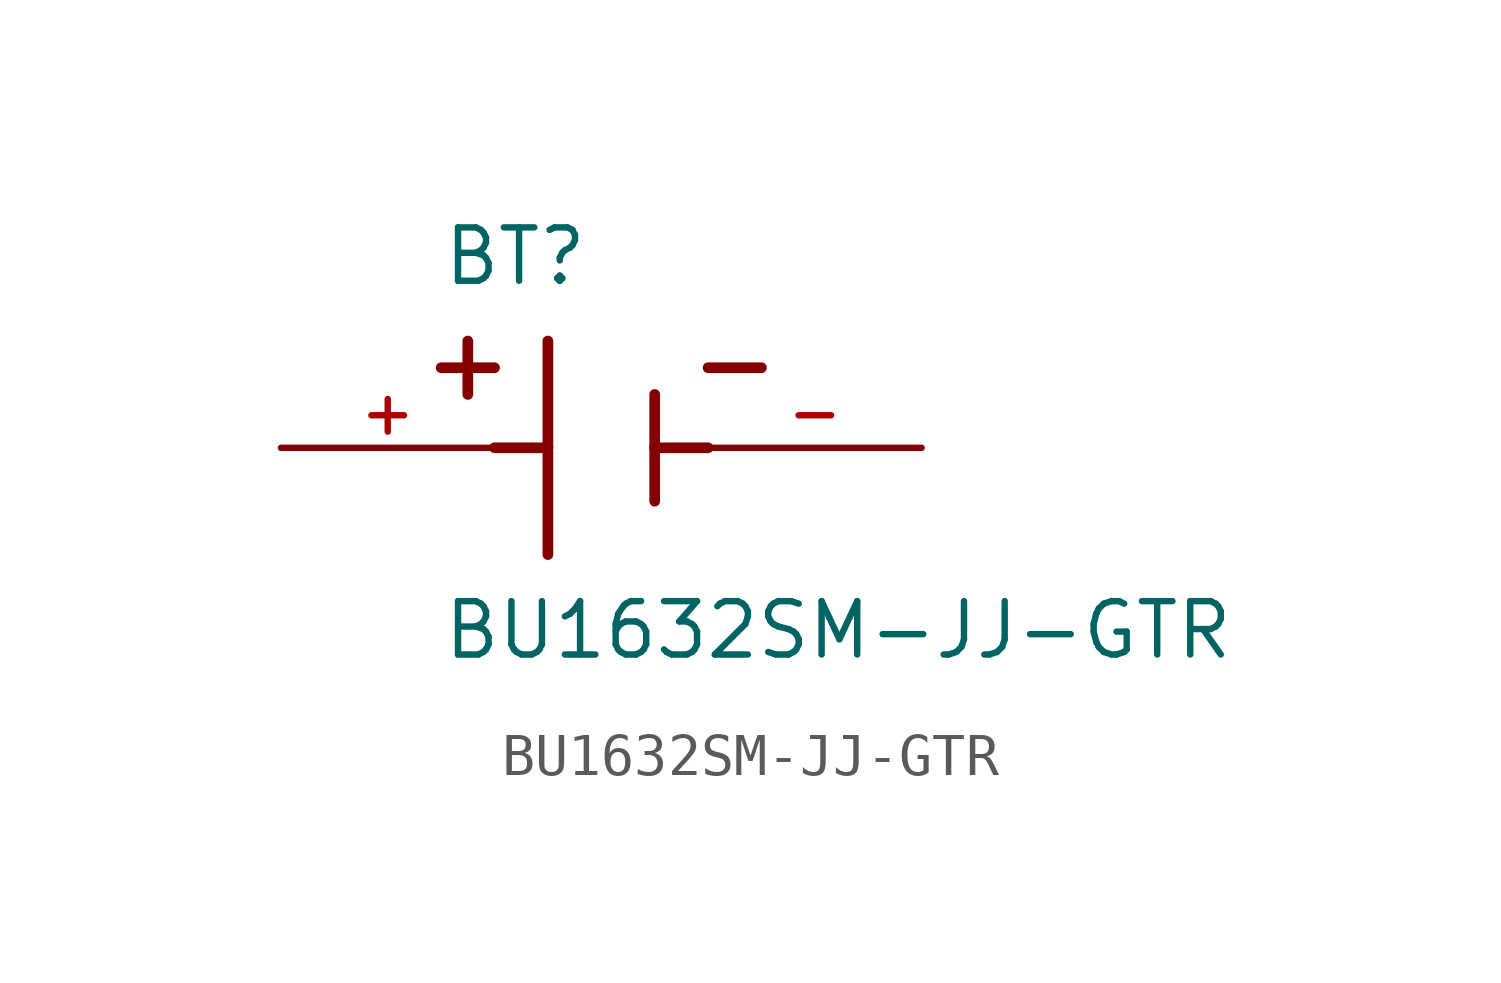
<source format=kicad_sym>
(kicad_symbol_lib
  (version 20211014)
  (generator kicad_symbol_editor)
  (symbol "BU1632SM-JJ-GTR"
    (pin_names
      (offset 1.016))
    (property "Reference" "BT"
      (at -3.81 3.81 0)
      (effects (font (size 1.27 1.27)) (justify bottom left)))
    (property "Value" "BU1632SM-JJ-GTR"
      (at -3.81 -5.08 0)
      (effects (font (size 1.27 1.27)) (justify bottom left)))
    (symbol "BU1632SM-JJ-GTR_0_0"
      (polyline (pts (xy -1.27 2.54) (xy -1.27 0.0)) (stroke (width 0.254)))
      (polyline (pts (xy -1.27 0.0) (xy -1.27 -2.54)) (stroke (width 0.254)))
      (polyline (pts (xy 1.27 1.27) (xy 1.27 0.0)) (stroke (width 0.254)))
      (polyline (pts (xy 1.27 0.0) (xy 1.27 -1.27)) (stroke (width 0.254)))
      (polyline (pts (xy -1.27 0.0) (xy -2.54 0.0)) (stroke (width 0.254)))
      (polyline (pts (xy 1.27 0.0) (xy 2.54 0.0)) (stroke (width 0.254)))
      (polyline (pts (xy -3.175 2.54) (xy -3.175 1.27)) (stroke (width 0.254)))
      (polyline (pts (xy -3.81 1.905) (xy -2.54 1.905)) (stroke (width 0.254)))
      (polyline (pts (xy 2.54 1.905) (xy 3.81 1.905)) (stroke (width 0.254)))
      (pin passive line (at -7.62 0.0 0) (length 5.08) (name "~" (effects (font (size 1.016 1.016)))) (number "+" (effects (font (size 1.016 1.016)))))
      (pin passive line (at 7.62 0.0 180.0) (length 5.08) (name "~" (effects (font (size 1.016 1.016)))) (number "-" (effects (font (size 1.016 1.016))))))))
</source>
